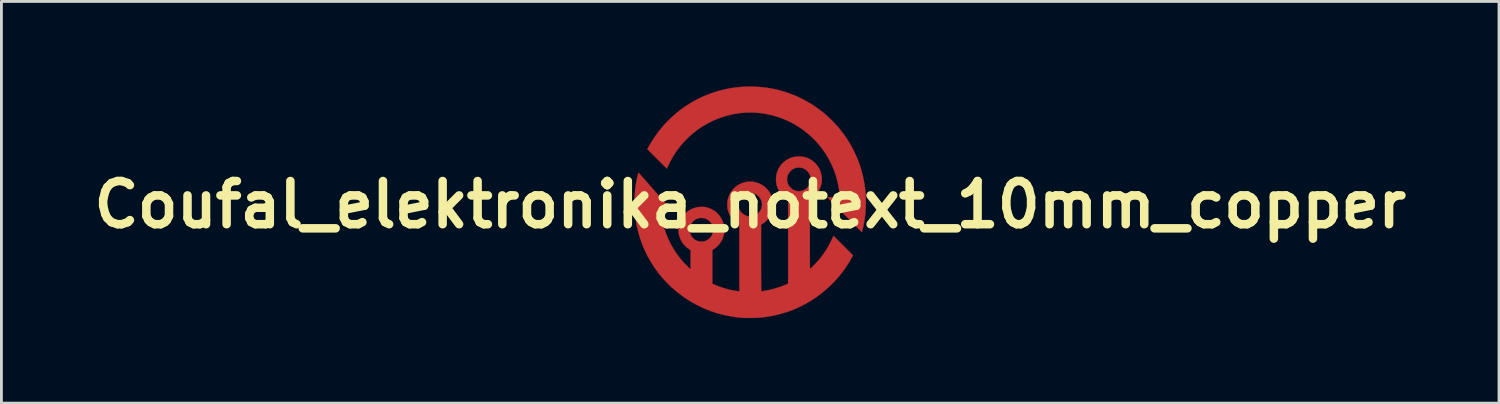
<source format=kicad_pcb>
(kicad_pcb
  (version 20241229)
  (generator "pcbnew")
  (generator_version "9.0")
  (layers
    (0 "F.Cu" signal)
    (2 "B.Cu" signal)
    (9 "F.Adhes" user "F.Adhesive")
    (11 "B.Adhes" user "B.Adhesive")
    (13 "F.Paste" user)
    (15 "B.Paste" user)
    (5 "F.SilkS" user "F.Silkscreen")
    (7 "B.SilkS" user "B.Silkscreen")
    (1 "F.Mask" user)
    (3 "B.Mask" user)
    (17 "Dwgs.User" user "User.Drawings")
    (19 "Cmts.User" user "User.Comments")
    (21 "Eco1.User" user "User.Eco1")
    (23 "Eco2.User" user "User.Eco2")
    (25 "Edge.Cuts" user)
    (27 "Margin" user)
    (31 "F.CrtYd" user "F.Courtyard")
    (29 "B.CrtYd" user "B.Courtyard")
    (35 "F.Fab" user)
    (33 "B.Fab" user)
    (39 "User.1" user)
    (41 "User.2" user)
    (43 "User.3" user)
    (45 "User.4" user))
  (footprint "Coufal_elektronika_notext_10mm_copper"
    (layer "F.Cu")
    (at 23.412 4.169)
    (property "Reference" "Coufal_elektronika_notext_10mm_copper" (at 0 0 0) (layer "F.SilkS") (effects (font (size 1.524 1.524) (thickness 0.3))))
    (attr through_hole)
    (fp_poly (pts (xy 0.146 -4.163) (xy 0.379 -4.148) (xy 0.609 -4.12) (xy 0.836 -4.079) (xy 1.06 -4.026) (xy 1.281 -3.96) (xy 1.498 -3.881) (xy 1.71 -3.79) (xy 1.918 -3.686) (xy 2.12 -3.57) (xy 2.265 -3.477) (xy 2.457 -3.341) (xy 2.639 -3.194) (xy 2.813 -3.037) (xy 2.978 -2.871) (xy 3.132 -2.696) (xy 3.278 -2.512) (xy 3.413 -2.318) (xy 3.528 -2.133) (xy 3.558 -2.079) (xy 3.593 -2.015) (xy 3.629 -1.944) (xy 3.666 -1.87) (xy 3.702 -1.796) (xy 3.735 -1.724) (xy 3.764 -1.657) (xy 3.788 -1.599) (xy 3.864 -1.394) (xy 3.928 -1.187) (xy 3.981 -0.976) (xy 4.023 -0.761) (xy 4.054 -0.538) (xy 4.063 -0.457) (xy 4.067 -0.406) (xy 4.071 -0.345) (xy 4.073 -0.275) (xy 4.075 -0.2) (xy 4.076 -0.121) (xy 4.076 -0.041) (xy 4.075 0.037) (xy 4.073 0.111) (xy 4.071 0.179) (xy 4.067 0.239) (xy 4.063 0.286) (xy 4.051 0.389) (xy 4.038 0.491) (xy 4.023 0.587) (xy 4.008 0.672) (xy 4 0.712) (xy 3.991 0.754) (xy 3.982 0.798) (xy 3.972 0.84) (xy 3.963 0.88) (xy 3.954 0.914) (xy 3.947 0.941) (xy 3.941 0.96) (xy 3.938 0.968) (xy 3.938 0.968) (xy 3.932 0.963) (xy 3.918 0.949) (xy 3.896 0.927) (xy 3.866 0.897) (xy 3.829 0.86) (xy 3.785 0.816) (xy 3.735 0.765) (xy 3.679 0.71) (xy 3.619 0.649) (xy 3.554 0.583) (xy 3.486 0.514) (xy 3.414 0.441) (xy 3.34 0.366) (xy 3.328 0.354) (xy 2.723 -0.259) (xy 2.942 -0.26) (xy 3.16 -0.262) (xy 3.156 -0.329) (xy 3.147 -0.43) (xy 3.132 -0.539) (xy 3.113 -0.653) (xy 3.09 -0.768) (xy 3.067 -0.863) (xy 3.011 -1.059) (xy 2.942 -1.25) (xy 2.862 -1.435) (xy 2.77 -1.614) (xy 2.667 -1.786) (xy 2.553 -1.952) (xy 2.429 -2.11) (xy 2.295 -2.26) (xy 2.152 -2.401) (xy 2 -2.534) (xy 1.839 -2.657) (xy 1.67 -2.77) (xy 1.493 -2.873) (xy 1.375 -2.934) (xy 1.187 -3.018) (xy 0.996 -3.089) (xy 0.803 -3.147) (xy 0.607 -3.192) (xy 0.41 -3.225) (xy 0.212 -3.245) (xy 0.014 -3.252) (xy -0.185 -3.246) (xy -0.383 -3.228) (xy -0.58 -3.197) (xy -0.775 -3.153) (xy -0.968 -3.097) (xy -1.158 -3.028) (xy -1.345 -2.947) (xy -1.528 -2.853) (xy -1.701 -2.751) (xy -1.857 -2.645) (xy -2.009 -2.527) (xy -2.155 -2.399) (xy -2.294 -2.261) (xy -2.424 -2.117) (xy -2.545 -1.967) (xy -2.639 -1.834) (xy -2.718 -1.71) (xy -2.792 -1.58) (xy -2.859 -1.45) (xy -2.904 -1.352) (xy -2.939 -1.27) (xy -3.284 -1.614) (xy -3.628 -1.958) (xy -3.597 -2.016) (xy -3.481 -2.217) (xy -3.354 -2.412) (xy -3.216 -2.599) (xy -3.068 -2.778) (xy -2.911 -2.948) (xy -2.745 -3.108) (xy -2.57 -3.258) (xy -2.449 -3.352) (xy -2.259 -3.486) (xy -2.063 -3.609) (xy -1.859 -3.72) (xy -1.65 -3.82) (xy -1.436 -3.907) (xy -1.217 -3.982) (xy -0.995 -4.044) (xy -0.994 -4.045) (xy -0.821 -4.084) (xy -0.652 -4.115) (xy -0.483 -4.138) (xy -0.311 -4.154) (xy -0.131 -4.163) (xy -0.087 -4.164) (xy 0.146 -4.163)) (stroke (width 0.01) (type solid)) (fill yes) (layer "F.Cu"))
    (fp_poly (pts (xy 1.825 -1.694) (xy 1.92 -1.677) (xy 1.991 -1.655) (xy 2.084 -1.615) (xy 2.171 -1.563) (xy 2.25 -1.502) (xy 2.321 -1.432) (xy 2.382 -1.354) (xy 2.433 -1.269) (xy 2.474 -1.178) (xy 2.504 -1.083) (xy 2.521 -0.983) (xy 2.526 -0.894) (xy 2.52 -0.793) (xy 2.501 -0.694) (xy 2.469 -0.599) (xy 2.426 -0.508) (xy 2.373 -0.422) (xy 2.309 -0.344) (xy 2.236 -0.274) (xy 2.162 -0.218) (xy 2.103 -0.179) (xy 2.103 1.046) (xy 2.103 1.197) (xy 2.103 1.335) (xy 2.103 1.46) (xy 2.103 1.574) (xy 2.103 1.677) (xy 2.104 1.769) (xy 2.104 1.851) (xy 2.104 1.924) (xy 2.104 1.987) (xy 2.104 2.043) (xy 2.105 2.09) (xy 2.105 2.131) (xy 2.106 2.165) (xy 2.106 2.192) (xy 2.107 2.215) (xy 2.108 2.232) (xy 2.109 2.245) (xy 2.11 2.255) (xy 2.111 2.261) (xy 2.112 2.264) (xy 2.113 2.266) (xy 2.115 2.266) (xy 2.115 2.265) (xy 2.125 2.258) (xy 2.143 2.241) (xy 2.167 2.218) (xy 2.196 2.189) (xy 2.228 2.156) (xy 2.263 2.12) (xy 2.298 2.083) (xy 2.333 2.046) (xy 2.366 2.01) (xy 2.396 1.978) (xy 2.421 1.95) (xy 2.439 1.929) (xy 2.549 1.786) (xy 2.651 1.639) (xy 2.744 1.489) (xy 2.826 1.338) (xy 2.897 1.188) (xy 2.91 1.158) (xy 2.921 1.133) (xy 2.929 1.114) (xy 2.935 1.103) (xy 2.936 1.102) (xy 2.942 1.107) (xy 2.956 1.12) (xy 2.977 1.141) (xy 3.007 1.17) (xy 3.042 1.205) (xy 3.083 1.246) (xy 3.13 1.292) (xy 3.18 1.342) (xy 3.234 1.396) (xy 3.282 1.445) (xy 3.625 1.787) (xy 3.602 1.829) (xy 3.491 2.024) (xy 3.372 2.209) (xy 3.246 2.384) (xy 3.111 2.551) (xy 2.966 2.713) (xy 2.851 2.829) (xy 2.678 2.99) (xy 2.497 3.139) (xy 2.31 3.277) (xy 2.116 3.403) (xy 1.915 3.518) (xy 1.709 3.621) (xy 1.497 3.712) (xy 1.279 3.791) (xy 1.056 3.857) (xy 0.829 3.912) (xy 0.597 3.953) (xy 0.361 3.982) (xy 0.333 3.985) (xy 0.296 3.987) (xy 0.248 3.99) (xy 0.191 3.992) (xy 0.129 3.993) (xy 0.064 3.994) (xy -0.002 3.995) (xy -0.066 3.995) (xy -0.126 3.995) (xy -0.179 3.994) (xy -0.223 3.992) (xy -0.245 3.991) (xy -0.485 3.969) (xy -0.72 3.933) (xy -0.95 3.885) (xy -1.176 3.825) (xy -1.397 3.752) (xy -1.613 3.666) (xy -1.823 3.568) (xy -2.029 3.458) (xy -2.229 3.336) (xy -2.423 3.201) (xy -2.607 3.058) (xy -2.782 2.906) (xy -2.946 2.745) (xy -3.101 2.576) (xy -3.246 2.398) (xy -3.38 2.213) (xy -3.504 2.02) (xy -3.616 1.821) (xy -3.717 1.615) (xy -3.806 1.404) (xy -3.884 1.188) (xy -3.949 0.967) (xy -4.001 0.741) (xy -4.025 0.615) (xy -4.056 0.396) (xy -4.076 0.175) (xy -4.083 -0.047) (xy -4.079 -0.268) (xy -4.064 -0.487) (xy -4.036 -0.702) (xy -4.021 -0.793) (xy -4.013 -0.836) (xy -4.003 -0.883) (xy -3.993 -0.93) (xy -3.983 -0.977) (xy -3.974 -1.021) (xy -3.965 -1.059) (xy -3.957 -1.089) (xy -3.951 -1.11) (xy -3.949 -1.117) (xy -3.947 -1.119) (xy -3.946 -1.12) (xy -3.943 -1.12) (xy -3.939 -1.118) (xy -3.933 -1.114) (xy -3.924 -1.106) (xy -3.913 -1.095) (xy -3.899 -1.08) (xy -3.88 -1.061) (xy -3.858 -1.037) (xy -3.832 -1.007) (xy -3.8 -0.972) (xy -3.763 -0.93) (xy -3.72 -0.881) (xy -3.67 -0.825) (xy -3.614 -0.761) (xy -3.551 -0.689) (xy -3.48 -0.608) (xy -3.4 -0.517) (xy -3.346 -0.455) (xy -2.751 0.225) (xy -2.952 0.227) (xy -3.153 0.229) (xy -3.149 0.28) (xy -3.146 0.305) (xy -3.141 0.34) (xy -3.136 0.38) (xy -3.129 0.42) (xy -3.128 0.429) (xy -3.088 0.63) (xy -3.035 0.828) (xy -2.97 1.021) (xy -2.892 1.21) (xy -2.802 1.393) (xy -2.7 1.571) (xy -2.586 1.743) (xy -2.461 1.909) (xy -2.434 1.942) (xy -2.41 1.969) (xy -2.381 2.002) (xy -2.347 2.039) (xy -2.31 2.078) (xy -2.273 2.117) (xy -2.236 2.155) (xy -2.201 2.19) (xy -2.171 2.22) (xy -2.146 2.244) (xy -2.128 2.259) (xy -2.103 2.279) (xy -2.103 1.602) (xy -2.165 1.562) (xy -2.21 1.53) (xy -2.257 1.49) (xy -2.304 1.445) (xy -2.346 1.399) (xy -2.381 1.356) (xy -2.389 1.344) (xy -2.443 1.25) (xy -2.486 1.151) (xy -2.515 1.048) (xy -2.521 1.021) (xy -2.526 0.98) (xy -2.529 0.929) (xy -2.529 0.88) (xy -2.139 0.88) (xy -2.139 0.894) (xy -2.132 0.968) (xy -2.112 1.037) (xy -2.079 1.103) (xy -2.034 1.163) (xy -2.007 1.191) (xy -1.97 1.222) (xy -1.924 1.251) (xy -1.875 1.275) (xy -1.827 1.292) (xy -1.82 1.294) (xy -1.784 1.3) (xy -1.74 1.302) (xy -1.694 1.302) (xy -1.652 1.299) (xy -1.623 1.293) (xy -1.557 1.271) (xy -1.497 1.238) (xy -1.442 1.193) (xy -1.428 1.18) (xy -1.386 1.134) (xy -1.355 1.088) (xy -1.332 1.039) (xy -1.317 0.99) (xy -1.305 0.919) (xy -1.305 0.848) (xy -1.317 0.78) (xy -1.34 0.716) (xy -1.373 0.656) (xy -1.414 0.603) (xy -1.463 0.557) (xy -1.52 0.519) (xy -1.583 0.491) (xy -1.651 0.473) (xy -1.713 0.468) (xy -1.763 0.469) (xy -1.807 0.475) (xy -1.849 0.487) (xy -1.895 0.506) (xy -1.908 0.512) (xy -1.967 0.548) (xy -2.02 0.593) (xy -2.065 0.648) (xy -2.095 0.699) (xy -2.116 0.747) (xy -2.129 0.79) (xy -2.137 0.832) (xy -2.139 0.88) (xy -2.529 0.88) (xy -2.529 0.873) (xy -2.526 0.817) (xy -2.521 0.765) (xy -2.514 0.722) (xy -2.486 0.621) (xy -2.447 0.527) (xy -2.397 0.44) (xy -2.336 0.36) (xy -2.267 0.288) (xy -2.189 0.225) (xy -2.103 0.172) (xy -2.01 0.13) (xy -1.911 0.099) (xy -1.869 0.09) (xy -1.826 0.084) (xy -1.774 0.08) (xy -1.718 0.078) (xy -1.663 0.079) (xy -1.614 0.083) (xy -1.586 0.087) (xy -1.485 0.111) (xy -1.39 0.147) (xy -1.301 0.194) (xy -1.219 0.251) (xy -1.146 0.318) (xy -1.08 0.393) (xy -1.024 0.477) (xy -0.979 0.567) (xy -0.944 0.664) (xy -0.923 0.755) (xy -0.917 0.809) (xy -0.914 0.871) (xy -0.916 0.937) (xy -0.921 1) (xy -0.93 1.057) (xy -0.936 1.082) (xy -0.968 1.18) (xy -1.012 1.273) (xy -1.067 1.359) (xy -1.132 1.438) (xy -1.205 1.507) (xy -1.271 1.557) (xy -1.337 1.601) (xy -1.337 2.787) (xy -1.284 2.811) (xy -1.172 2.859) (xy -1.051 2.904) (xy -0.924 2.945) (xy -0.796 2.982) (xy -0.706 3.004) (xy -0.669 3.012) (xy -0.628 3.02) (xy -0.584 3.028) (xy -0.539 3.036) (xy -0.496 3.044) (xy -0.458 3.05) (xy -0.427 3.055) (xy -0.405 3.057) (xy -0.398 3.057) (xy -0.383 3.057) (xy -0.383 0.714) (xy -0.452 0.668) (xy -0.534 0.605) (xy -0.607 0.533) (xy -0.67 0.453) (xy -0.722 0.364) (xy -0.764 0.269) (xy -0.794 0.167) (xy -0.797 0.153) (xy -0.804 0.11) (xy -0.808 0.058) (xy -0.81 0.001) (xy -0.809 -0.003) (xy -0.419 -0.003) (xy -0.419 0.033) (xy -0.417 0.061) (xy -0.413 0.084) (xy -0.406 0.109) (xy -0.401 0.124) (xy -0.377 0.182) (xy -0.348 0.231) (xy -0.311 0.276) (xy -0.287 0.3) (xy -0.229 0.346) (xy -0.165 0.382) (xy -0.096 0.405) (xy -0.091 0.406) (xy -0.041 0.413) (xy 0.014 0.414) (xy 0.07 0.408) (xy 0.119 0.398) (xy 0.121 0.397) (xy 0.189 0.369) (xy 0.249 0.33) (xy 0.302 0.283) (xy 0.346 0.227) (xy 0.38 0.165) (xy 0.403 0.097) (xy 0.414 0.026) (xy 0.415 -0.03) (xy 0.404 -0.103) (xy 0.38 -0.171) (xy 0.346 -0.234) (xy 0.302 -0.29) (xy 0.249 -0.338) (xy 0.187 -0.376) (xy 0.118 -0.404) (xy 0.097 -0.41) (xy 0.024 -0.422) (xy -0.047 -0.421) (xy -0.117 -0.407) (xy -0.184 -0.38) (xy -0.246 -0.341) (xy -0.285 -0.309) (xy -0.336 -0.255) (xy -0.374 -0.197) (xy -0.4 -0.136) (xy -0.415 -0.07) (xy -0.419 -0.003) (xy -0.809 -0.003) (xy -0.809 -0.056) (xy -0.805 -0.109) (xy -0.799 -0.154) (xy -0.798 -0.16) (xy -0.769 -0.262) (xy -0.73 -0.358) (xy -0.679 -0.447) (xy -0.619 -0.528) (xy -0.549 -0.601) (xy -0.471 -0.664) (xy -0.385 -0.717) (xy -0.291 -0.76) (xy -0.191 -0.791) (xy -0.167 -0.797) (xy -0.118 -0.805) (xy -0.061 -0.81) (xy -0.000416 -0.812) (xy 0.058 -0.81) (xy 0.111 -0.805) (xy 0.122 -0.804) (xy 0.225 -0.78) (xy 0.322 -0.745) (xy 0.413 -0.698) (xy 0.496 -0.641) (xy 0.572 -0.573) (xy 0.64 -0.496) (xy 0.697 -0.41) (xy 0.724 -0.359) (xy 0.759 -0.28) (xy 0.783 -0.201) (xy 0.798 -0.119) (xy 0.804 -0.046) (xy 0.803 0.059) (xy 0.79 0.158) (xy 0.765 0.254) (xy 0.726 0.346) (xy 0.675 0.438) (xy 0.667 0.449) (xy 0.633 0.496) (xy 0.59 0.545) (xy 0.543 0.592) (xy 0.494 0.634) (xy 0.447 0.668) (xy 0.442 0.672) (xy 0.383 0.709) (xy 0.383 1.883) (xy 0.383 2.032) (xy 0.383 2.169) (xy 0.383 2.293) (xy 0.383 2.405) (xy 0.383 2.506) (xy 0.384 2.596) (xy 0.384 2.676) (xy 0.384 2.747) (xy 0.384 2.809) (xy 0.385 2.862) (xy 0.385 2.908) (xy 0.386 2.946) (xy 0.386 2.978) (xy 0.387 3.003) (xy 0.388 3.023) (xy 0.389 3.037) (xy 0.39 3.048) (xy 0.391 3.054) (xy 0.392 3.057) (xy 0.393 3.057) (xy 0.408 3.056) (xy 0.434 3.052) (xy 0.469 3.047) (xy 0.51 3.039) (xy 0.555 3.031) (xy 0.601 3.022) (xy 0.647 3.013) (xy 0.69 3.004) (xy 0.728 2.995) (xy 0.75 2.99) (xy 0.817 2.973) (xy 0.889 2.952) (xy 0.964 2.928) (xy 1.038 2.904) (xy 1.11 2.878) (xy 1.178 2.853) (xy 1.238 2.829) (xy 1.288 2.806) (xy 1.305 2.798) (xy 1.337 2.782) (xy 1.337 1.302) (xy 1.336 -0.178) (xy 1.27 -0.221) (xy 1.19 -0.281) (xy 1.119 -0.35) (xy 1.056 -0.428) (xy 1.003 -0.514) (xy 0.962 -0.605) (xy 0.931 -0.701) (xy 0.917 -0.773) (xy 0.909 -0.863) (xy 1.299 -0.863) (xy 1.31 -0.797) (xy 1.329 -0.738) (xy 1.352 -0.688) (xy 1.384 -0.642) (xy 1.421 -0.601) (xy 1.48 -0.551) (xy 1.543 -0.513) (xy 1.61 -0.488) (xy 1.68 -0.476) (xy 1.755 -0.476) (xy 1.811 -0.485) (xy 1.833 -0.491) (xy 1.861 -0.502) (xy 1.892 -0.514) (xy 1.901 -0.519) (xy 1.95 -0.547) (xy 1.997 -0.585) (xy 2.039 -0.628) (xy 2.073 -0.673) (xy 2.088 -0.7) (xy 2.117 -0.773) (xy 2.132 -0.846) (xy 2.135 -0.918) (xy 2.125 -0.989) (xy 2.101 -1.057) (xy 2.066 -1.121) (xy 2.018 -1.181) (xy 2.009 -1.19) (xy 1.953 -1.238) (xy 1.892 -1.274) (xy 1.827 -1.297) (xy 1.755 -1.309) (xy 1.717 -1.31) (xy 1.642 -1.305) (xy 1.574 -1.287) (xy 1.511 -1.258) (xy 1.452 -1.216) (xy 1.425 -1.19) (xy 1.376 -1.133) (xy 1.338 -1.07) (xy 1.313 -1.003) (xy 1.3 -0.933) (xy 1.299 -0.863) (xy 0.909 -0.863) (xy 0.908 -0.875) (xy 0.912 -0.976) (xy 0.928 -1.074) (xy 0.956 -1.168) (xy 0.995 -1.259) (xy 1.044 -1.343) (xy 1.103 -1.421) (xy 1.172 -1.492) (xy 1.249 -1.554) (xy 1.335 -1.607) (xy 1.428 -1.65) (xy 1.443 -1.655) (xy 1.534 -1.681) (xy 1.629 -1.696) (xy 1.727 -1.701) (xy 1.825 -1.694)) (stroke (width 0.01) (type solid)) (fill yes) (layer "F.Cu"))
    (fp_poly (pts (xy 0.146 -4.163) (xy 0.379 -4.148) (xy 0.609 -4.12) (xy 0.836 -4.079) (xy 1.06 -4.026) (xy 1.281 -3.96) (xy 1.498 -3.881) (xy 1.71 -3.79) (xy 1.918 -3.686) (xy 2.12 -3.57) (xy 2.265 -3.477) (xy 2.457 -3.341) (xy 2.639 -3.194) (xy 2.813 -3.037) (xy 2.978 -2.871) (xy 3.132 -2.696) (xy 3.278 -2.512) (xy 3.413 -2.318) (xy 3.528 -2.133) (xy 3.558 -2.079) (xy 3.593 -2.015) (xy 3.629 -1.944) (xy 3.666 -1.87) (xy 3.702 -1.796) (xy 3.735 -1.724) (xy 3.764 -1.657) (xy 3.788 -1.599) (xy 3.864 -1.394) (xy 3.928 -1.187) (xy 3.981 -0.976) (xy 4.023 -0.761) (xy 4.054 -0.538) (xy 4.063 -0.457) (xy 4.067 -0.406) (xy 4.071 -0.345) (xy 4.073 -0.275) (xy 4.075 -0.2) (xy 4.076 -0.121) (xy 4.076 -0.041) (xy 4.075 0.037) (xy 4.073 0.111) (xy 4.071 0.179) (xy 4.067 0.239) (xy 4.063 0.286) (xy 4.051 0.389) (xy 4.038 0.491) (xy 4.023 0.587) (xy 4.008 0.672) (xy 4 0.712) (xy 3.991 0.754) (xy 3.982 0.798) (xy 3.972 0.84) (xy 3.963 0.88) (xy 3.954 0.914) (xy 3.947 0.941) (xy 3.941 0.96) (xy 3.938 0.968) (xy 3.938 0.968) (xy 3.932 0.963) (xy 3.918 0.949) (xy 3.896 0.927) (xy 3.866 0.897) (xy 3.829 0.86) (xy 3.785 0.816) (xy 3.735 0.765) (xy 3.679 0.71) (xy 3.619 0.649) (xy 3.554 0.583) (xy 3.486 0.514) (xy 3.414 0.441) (xy 3.34 0.366) (xy 3.328 0.354) (xy 2.723 -0.259) (xy 2.942 -0.26) (xy 3.16 -0.262) (xy 3.156 -0.329) (xy 3.147 -0.43) (xy 3.132 -0.539) (xy 3.113 -0.653) (xy 3.09 -0.768) (xy 3.067 -0.863) (xy 3.011 -1.059) (xy 2.942 -1.25) (xy 2.862 -1.435) (xy 2.77 -1.614) (xy 2.667 -1.786) (xy 2.553 -1.952) (xy 2.429 -2.11) (xy 2.295 -2.26) (xy 2.152 -2.401) (xy 2 -2.534) (xy 1.839 -2.657) (xy 1.67 -2.77) (xy 1.493 -2.873) (xy 1.375 -2.934) (xy 1.187 -3.018) (xy 0.996 -3.089) (xy 0.803 -3.147) (xy 0.607 -3.192) (xy 0.41 -3.225) (xy 0.212 -3.245) (xy 0.014 -3.252) (xy -0.185 -3.246) (xy -0.383 -3.228) (xy -0.58 -3.197) (xy -0.775 -3.153) (xy -0.968 -3.097) (xy -1.158 -3.028) (xy -1.345 -2.947) (xy -1.528 -2.853) (xy -1.701 -2.751) (xy -1.857 -2.645) (xy -2.009 -2.527) (xy -2.155 -2.399) (xy -2.294 -2.261) (xy -2.424 -2.117) (xy -2.545 -1.967) (xy -2.639 -1.834) (xy -2.718 -1.71) (xy -2.792 -1.58) (xy -2.859 -1.45) (xy -2.904 -1.352) (xy -2.939 -1.27) (xy -3.284 -1.614) (xy -3.628 -1.958) (xy -3.597 -2.016) (xy -3.481 -2.217) (xy -3.354 -2.412) (xy -3.216 -2.599) (xy -3.068 -2.778) (xy -2.911 -2.948) (xy -2.745 -3.108) (xy -2.57 -3.258) (xy -2.449 -3.352) (xy -2.259 -3.486) (xy -2.063 -3.609) (xy -1.859 -3.72) (xy -1.65 -3.82) (xy -1.436 -3.907) (xy -1.217 -3.982) (xy -0.995 -4.044) (xy -0.994 -4.045) (xy -0.821 -4.084) (xy -0.652 -4.115) (xy -0.483 -4.138) (xy -0.311 -4.154) (xy -0.131 -4.163) (xy -0.087 -4.164) (xy 0.146 -4.163)) (stroke (width 0.01) (type solid)) (fill yes) (layer "F.Mask"))
    (fp_poly (pts (xy 1.825 -1.694) (xy 1.92 -1.677) (xy 1.991 -1.655) (xy 2.084 -1.615) (xy 2.171 -1.563) (xy 2.25 -1.502) (xy 2.321 -1.432) (xy 2.382 -1.354) (xy 2.433 -1.269) (xy 2.474 -1.178) (xy 2.504 -1.083) (xy 2.521 -0.983) (xy 2.526 -0.894) (xy 2.52 -0.793) (xy 2.501 -0.694) (xy 2.469 -0.599) (xy 2.426 -0.508) (xy 2.373 -0.422) (xy 2.309 -0.344) (xy 2.236 -0.274) (xy 2.162 -0.218) (xy 2.103 -0.179) (xy 2.103 1.046) (xy 2.103 1.197) (xy 2.103 1.335) (xy 2.103 1.46) (xy 2.103 1.574) (xy 2.103 1.677) (xy 2.104 1.769) (xy 2.104 1.851) (xy 2.104 1.924) (xy 2.104 1.987) (xy 2.104 2.043) (xy 2.105 2.09) (xy 2.105 2.131) (xy 2.106 2.165) (xy 2.106 2.192) (xy 2.107 2.215) (xy 2.108 2.232) (xy 2.109 2.245) (xy 2.11 2.255) (xy 2.111 2.261) (xy 2.112 2.264) (xy 2.113 2.266) (xy 2.115 2.266) (xy 2.115 2.265) (xy 2.125 2.258) (xy 2.143 2.241) (xy 2.167 2.218) (xy 2.196 2.189) (xy 2.228 2.156) (xy 2.263 2.12) (xy 2.298 2.083) (xy 2.333 2.046) (xy 2.366 2.01) (xy 2.396 1.978) (xy 2.421 1.95) (xy 2.439 1.929) (xy 2.549 1.786) (xy 2.651 1.639) (xy 2.744 1.489) (xy 2.826 1.338) (xy 2.897 1.188) (xy 2.91 1.158) (xy 2.921 1.133) (xy 2.929 1.114) (xy 2.935 1.103) (xy 2.936 1.102) (xy 2.942 1.107) (xy 2.956 1.12) (xy 2.977 1.141) (xy 3.007 1.17) (xy 3.042 1.205) (xy 3.083 1.246) (xy 3.13 1.292) (xy 3.18 1.342) (xy 3.234 1.396) (xy 3.282 1.445) (xy 3.625 1.787) (xy 3.602 1.829) (xy 3.491 2.024) (xy 3.372 2.209) (xy 3.246 2.384) (xy 3.111 2.551) (xy 2.966 2.713) (xy 2.851 2.829) (xy 2.678 2.99) (xy 2.497 3.139) (xy 2.31 3.277) (xy 2.116 3.403) (xy 1.915 3.518) (xy 1.709 3.621) (xy 1.497 3.712) (xy 1.279 3.791) (xy 1.056 3.857) (xy 0.829 3.912) (xy 0.597 3.953) (xy 0.361 3.982) (xy 0.333 3.985) (xy 0.296 3.987) (xy 0.248 3.99) (xy 0.191 3.992) (xy 0.129 3.993) (xy 0.064 3.994) (xy -0.002 3.995) (xy -0.066 3.995) (xy -0.126 3.995) (xy -0.179 3.994) (xy -0.223 3.992) (xy -0.245 3.991) (xy -0.485 3.969) (xy -0.72 3.933) (xy -0.95 3.885) (xy -1.176 3.825) (xy -1.397 3.752) (xy -1.613 3.666) (xy -1.823 3.568) (xy -2.029 3.458) (xy -2.229 3.336) (xy -2.423 3.201) (xy -2.607 3.058) (xy -2.782 2.906) (xy -2.946 2.745) (xy -3.101 2.576) (xy -3.246 2.398) (xy -3.38 2.213) (xy -3.504 2.02) (xy -3.616 1.821) (xy -3.717 1.615) (xy -3.806 1.404) (xy -3.884 1.188) (xy -3.949 0.967) (xy -4.001 0.741) (xy -4.025 0.615) (xy -4.056 0.396) (xy -4.076 0.175) (xy -4.083 -0.047) (xy -4.079 -0.268) (xy -4.064 -0.487) (xy -4.036 -0.702) (xy -4.021 -0.793) (xy -4.013 -0.836) (xy -4.003 -0.883) (xy -3.993 -0.93) (xy -3.983 -0.977) (xy -3.974 -1.021) (xy -3.965 -1.059) (xy -3.957 -1.089) (xy -3.951 -1.11) (xy -3.949 -1.117) (xy -3.947 -1.119) (xy -3.946 -1.12) (xy -3.943 -1.12) (xy -3.939 -1.118) (xy -3.933 -1.114) (xy -3.924 -1.106) (xy -3.913 -1.095) (xy -3.899 -1.08) (xy -3.88 -1.061) (xy -3.858 -1.037) (xy -3.832 -1.007) (xy -3.8 -0.972) (xy -3.763 -0.93) (xy -3.72 -0.881) (xy -3.67 -0.825) (xy -3.614 -0.761) (xy -3.551 -0.689) (xy -3.48 -0.608) (xy -3.4 -0.517) (xy -3.346 -0.455) (xy -2.751 0.225) (xy -2.952 0.227) (xy -3.153 0.229) (xy -3.149 0.28) (xy -3.146 0.305) (xy -3.141 0.34) (xy -3.136 0.38) (xy -3.129 0.42) (xy -3.128 0.429) (xy -3.088 0.63) (xy -3.035 0.828) (xy -2.97 1.021) (xy -2.892 1.21) (xy -2.802 1.393) (xy -2.7 1.571) (xy -2.586 1.743) (xy -2.461 1.909) (xy -2.434 1.942) (xy -2.41 1.969) (xy -2.381 2.002) (xy -2.347 2.039) (xy -2.31 2.078) (xy -2.273 2.117) (xy -2.236 2.155) (xy -2.201 2.19) (xy -2.171 2.22) (xy -2.146 2.244) (xy -2.128 2.259) (xy -2.103 2.279) (xy -2.103 1.602) (xy -2.165 1.562) (xy -2.21 1.53) (xy -2.257 1.49) (xy -2.304 1.445) (xy -2.346 1.399) (xy -2.381 1.356) (xy -2.389 1.344) (xy -2.443 1.25) (xy -2.486 1.151) (xy -2.515 1.048) (xy -2.521 1.021) (xy -2.526 0.98) (xy -2.529 0.929) (xy -2.529 0.88) (xy -2.139 0.88) (xy -2.139 0.894) (xy -2.132 0.968) (xy -2.112 1.037) (xy -2.079 1.103) (xy -2.034 1.163) (xy -2.007 1.191) (xy -1.97 1.222) (xy -1.924 1.251) (xy -1.875 1.275) (xy -1.827 1.292) (xy -1.82 1.294) (xy -1.784 1.3) (xy -1.74 1.302) (xy -1.694 1.302) (xy -1.652 1.299) (xy -1.623 1.293) (xy -1.557 1.271) (xy -1.497 1.238) (xy -1.442 1.193) (xy -1.428 1.18) (xy -1.386 1.134) (xy -1.355 1.088) (xy -1.332 1.039) (xy -1.317 0.99) (xy -1.305 0.919) (xy -1.305 0.848) (xy -1.317 0.78) (xy -1.34 0.716) (xy -1.373 0.656) (xy -1.414 0.603) (xy -1.463 0.557) (xy -1.52 0.519) (xy -1.583 0.491) (xy -1.651 0.473) (xy -1.713 0.468) (xy -1.763 0.469) (xy -1.807 0.475) (xy -1.849 0.487) (xy -1.895 0.506) (xy -1.908 0.512) (xy -1.967 0.548) (xy -2.02 0.593) (xy -2.065 0.648) (xy -2.095 0.699) (xy -2.116 0.747) (xy -2.129 0.79) (xy -2.137 0.832) (xy -2.139 0.88) (xy -2.529 0.88) (xy -2.529 0.873) (xy -2.526 0.817) (xy -2.521 0.765) (xy -2.514 0.722) (xy -2.486 0.621) (xy -2.447 0.527) (xy -2.397 0.44) (xy -2.336 0.36) (xy -2.267 0.288) (xy -2.189 0.225) (xy -2.103 0.172) (xy -2.01 0.13) (xy -1.911 0.099) (xy -1.869 0.09) (xy -1.826 0.084) (xy -1.774 0.08) (xy -1.718 0.078) (xy -1.663 0.079) (xy -1.614 0.083) (xy -1.586 0.087) (xy -1.485 0.111) (xy -1.39 0.147) (xy -1.301 0.194) (xy -1.219 0.251) (xy -1.146 0.318) (xy -1.08 0.393) (xy -1.024 0.477) (xy -0.979 0.567) (xy -0.944 0.664) (xy -0.923 0.755) (xy -0.917 0.809) (xy -0.914 0.871) (xy -0.916 0.937) (xy -0.921 1) (xy -0.93 1.057) (xy -0.936 1.082) (xy -0.968 1.18) (xy -1.012 1.273) (xy -1.067 1.359) (xy -1.132 1.438) (xy -1.205 1.507) (xy -1.271 1.557) (xy -1.337 1.601) (xy -1.337 2.787) (xy -1.284 2.811) (xy -1.172 2.859) (xy -1.051 2.904) (xy -0.924 2.945) (xy -0.796 2.982) (xy -0.706 3.004) (xy -0.669 3.012) (xy -0.628 3.02) (xy -0.584 3.028) (xy -0.539 3.036) (xy -0.496 3.044) (xy -0.458 3.05) (xy -0.427 3.055) (xy -0.405 3.057) (xy -0.398 3.057) (xy -0.383 3.057) (xy -0.383 0.714) (xy -0.452 0.668) (xy -0.534 0.605) (xy -0.607 0.533) (xy -0.67 0.453) (xy -0.722 0.364) (xy -0.764 0.269) (xy -0.794 0.167) (xy -0.797 0.153) (xy -0.804 0.11) (xy -0.808 0.058) (xy -0.81 0.001) (xy -0.809 -0.003) (xy -0.419 -0.003) (xy -0.419 0.033) (xy -0.417 0.061) (xy -0.413 0.084) (xy -0.406 0.109) (xy -0.401 0.124) (xy -0.377 0.182) (xy -0.348 0.231) (xy -0.311 0.276) (xy -0.287 0.3) (xy -0.229 0.346) (xy -0.165 0.382) (xy -0.096 0.405) (xy -0.091 0.406) (xy -0.041 0.413) (xy 0.014 0.414) (xy 0.07 0.408) (xy 0.119 0.398) (xy 0.121 0.397) (xy 0.189 0.369) (xy 0.249 0.33) (xy 0.302 0.283) (xy 0.346 0.227) (xy 0.38 0.165) (xy 0.403 0.097) (xy 0.414 0.026) (xy 0.415 -0.03) (xy 0.404 -0.103) (xy 0.38 -0.171) (xy 0.346 -0.234) (xy 0.302 -0.29) (xy 0.249 -0.338) (xy 0.187 -0.376) (xy 0.118 -0.404) (xy 0.097 -0.41) (xy 0.024 -0.422) (xy -0.047 -0.421) (xy -0.117 -0.407) (xy -0.184 -0.38) (xy -0.246 -0.341) (xy -0.285 -0.309) (xy -0.336 -0.255) (xy -0.374 -0.197) (xy -0.4 -0.136) (xy -0.415 -0.07) (xy -0.419 -0.003) (xy -0.809 -0.003) (xy -0.809 -0.056) (xy -0.805 -0.109) (xy -0.799 -0.154) (xy -0.798 -0.16) (xy -0.769 -0.262) (xy -0.73 -0.358) (xy -0.679 -0.447) (xy -0.619 -0.528) (xy -0.549 -0.601) (xy -0.471 -0.664) (xy -0.385 -0.717) (xy -0.291 -0.76) (xy -0.191 -0.791) (xy -0.167 -0.797) (xy -0.118 -0.805) (xy -0.061 -0.81) (xy -0.000416 -0.812) (xy 0.058 -0.81) (xy 0.111 -0.805) (xy 0.122 -0.804) (xy 0.225 -0.78) (xy 0.322 -0.745) (xy 0.413 -0.698) (xy 0.496 -0.641) (xy 0.572 -0.573) (xy 0.64 -0.496) (xy 0.697 -0.41) (xy 0.724 -0.359) (xy 0.759 -0.28) (xy 0.783 -0.201) (xy 0.798 -0.119) (xy 0.804 -0.046) (xy 0.803 0.059) (xy 0.79 0.158) (xy 0.765 0.254) (xy 0.726 0.346) (xy 0.675 0.438) (xy 0.667 0.449) (xy 0.633 0.496) (xy 0.59 0.545) (xy 0.543 0.592) (xy 0.494 0.634) (xy 0.447 0.668) (xy 0.442 0.672) (xy 0.383 0.709) (xy 0.383 1.883) (xy 0.383 2.032) (xy 0.383 2.169) (xy 0.383 2.293) (xy 0.383 2.405) (xy 0.383 2.506) (xy 0.384 2.596) (xy 0.384 2.676) (xy 0.384 2.747) (xy 0.384 2.809) (xy 0.385 2.862) (xy 0.385 2.908) (xy 0.386 2.946) (xy 0.386 2.978) (xy 0.387 3.003) (xy 0.388 3.023) (xy 0.389 3.037) (xy 0.39 3.048) (xy 0.391 3.054) (xy 0.392 3.057) (xy 0.393 3.057) (xy 0.408 3.056) (xy 0.434 3.052) (xy 0.469 3.047) (xy 0.51 3.039) (xy 0.555 3.031) (xy 0.601 3.022) (xy 0.647 3.013) (xy 0.69 3.004) (xy 0.728 2.995) (xy 0.75 2.99) (xy 0.817 2.973) (xy 0.889 2.952) (xy 0.964 2.928) (xy 1.038 2.904) (xy 1.11 2.878) (xy 1.178 2.853) (xy 1.238 2.829) (xy 1.288 2.806) (xy 1.305 2.798) (xy 1.337 2.782) (xy 1.337 1.302) (xy 1.336 -0.178) (xy 1.27 -0.221) (xy 1.19 -0.281) (xy 1.119 -0.35) (xy 1.056 -0.428) (xy 1.003 -0.514) (xy 0.962 -0.605) (xy 0.931 -0.701) (xy 0.917 -0.773) (xy 0.909 -0.863) (xy 1.299 -0.863) (xy 1.31 -0.797) (xy 1.329 -0.738) (xy 1.352 -0.688) (xy 1.384 -0.642) (xy 1.421 -0.601) (xy 1.48 -0.551) (xy 1.543 -0.513) (xy 1.61 -0.488) (xy 1.68 -0.476) (xy 1.755 -0.476) (xy 1.811 -0.485) (xy 1.833 -0.491) (xy 1.861 -0.502) (xy 1.892 -0.514) (xy 1.901 -0.519) (xy 1.95 -0.547) (xy 1.997 -0.585) (xy 2.039 -0.628) (xy 2.073 -0.673) (xy 2.088 -0.7) (xy 2.117 -0.773) (xy 2.132 -0.846) (xy 2.135 -0.918) (xy 2.125 -0.989) (xy 2.101 -1.057) (xy 2.066 -1.121) (xy 2.018 -1.181) (xy 2.009 -1.19) (xy 1.953 -1.238) (xy 1.892 -1.274) (xy 1.827 -1.297) (xy 1.755 -1.309) (xy 1.717 -1.31) (xy 1.642 -1.305) (xy 1.574 -1.287) (xy 1.511 -1.258) (xy 1.452 -1.216) (xy 1.425 -1.19) (xy 1.376 -1.133) (xy 1.338 -1.07) (xy 1.313 -1.003) (xy 1.3 -0.933) (xy 1.299 -0.863) (xy 0.909 -0.863) (xy 0.908 -0.875) (xy 0.912 -0.976) (xy 0.928 -1.074) (xy 0.956 -1.168) (xy 0.995 -1.259) (xy 1.044 -1.343) (xy 1.103 -1.421) (xy 1.172 -1.492) (xy 1.249 -1.554) (xy 1.335 -1.607) (xy 1.428 -1.65) (xy 1.443 -1.655) (xy 1.534 -1.681) (xy 1.629 -1.696) (xy 1.727 -1.701) (xy 1.825 -1.694)) (stroke (width 0.01) (type solid)) (fill yes) (layer "F.Mask")))
  (gr_rect
    (start -3 -3)
    (end 49.823 11.169)
    (stroke (width 0.1) (type default))
    (fill no)
    (layer "Edge.Cuts")))
</source>
